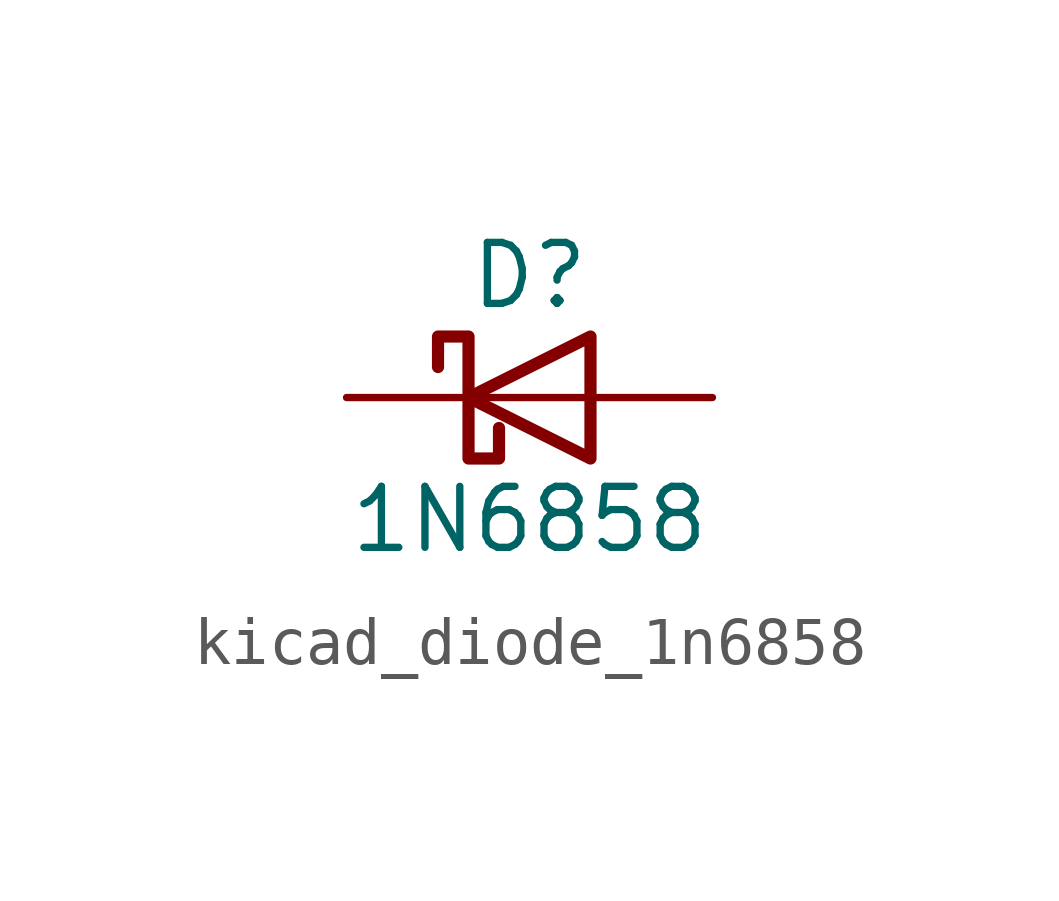
<source format=kicad_sym>
(kicad_symbol_lib
  (version 20220914)
  (generator kicad_symbol_editor)
  (symbol "kicad_diode_1n6858"
    (pin_numbers hide)
    (pin_names
      (offset 1.016) hide)
    (property "Reference" "D"
      (at 0 2.54 0)
      (effects (font (size 1.27 1.27))))
    (property "Value" "1N6858"
      (at 0 -2.54 0)
      (effects (font (size 1.27 1.27))))
    (symbol "kicad_diode_1n6858_0_1"
      (polyline (pts (xy 1.27 0) (xy -1.27 0)) (stroke (width 0) (type default)) (fill (type none)))
      (polyline (pts (xy 1.27 1.27) (xy 1.27 -1.27) (xy -1.27 0) (xy 1.27 1.27)) (stroke (width 0.254) (type default)) (fill (type none)))
      (polyline (pts (xy -1.905 0.635) (xy -1.905 1.27) (xy -1.27 1.27) (xy -1.27 -1.27) (xy -0.635 -1.27) (xy -0.635 -0.635)) (stroke (width 0.254) (type default)) (fill (type none))))
    (symbol "kicad_diode_1n6858_1_1"
      (pin passive line (at -3.81 0 0) (length 2.54) (name "K" (effects (font (size 1.27 1.27)))) (number "1" (effects (font (size 1.27 1.27)))))
      (pin passive line (at 3.81 0 180) (length 2.54) (name "A" (effects (font (size 1.27 1.27)))) (number "2" (effects (font (size 1.27 1.27))))))))
</source>
